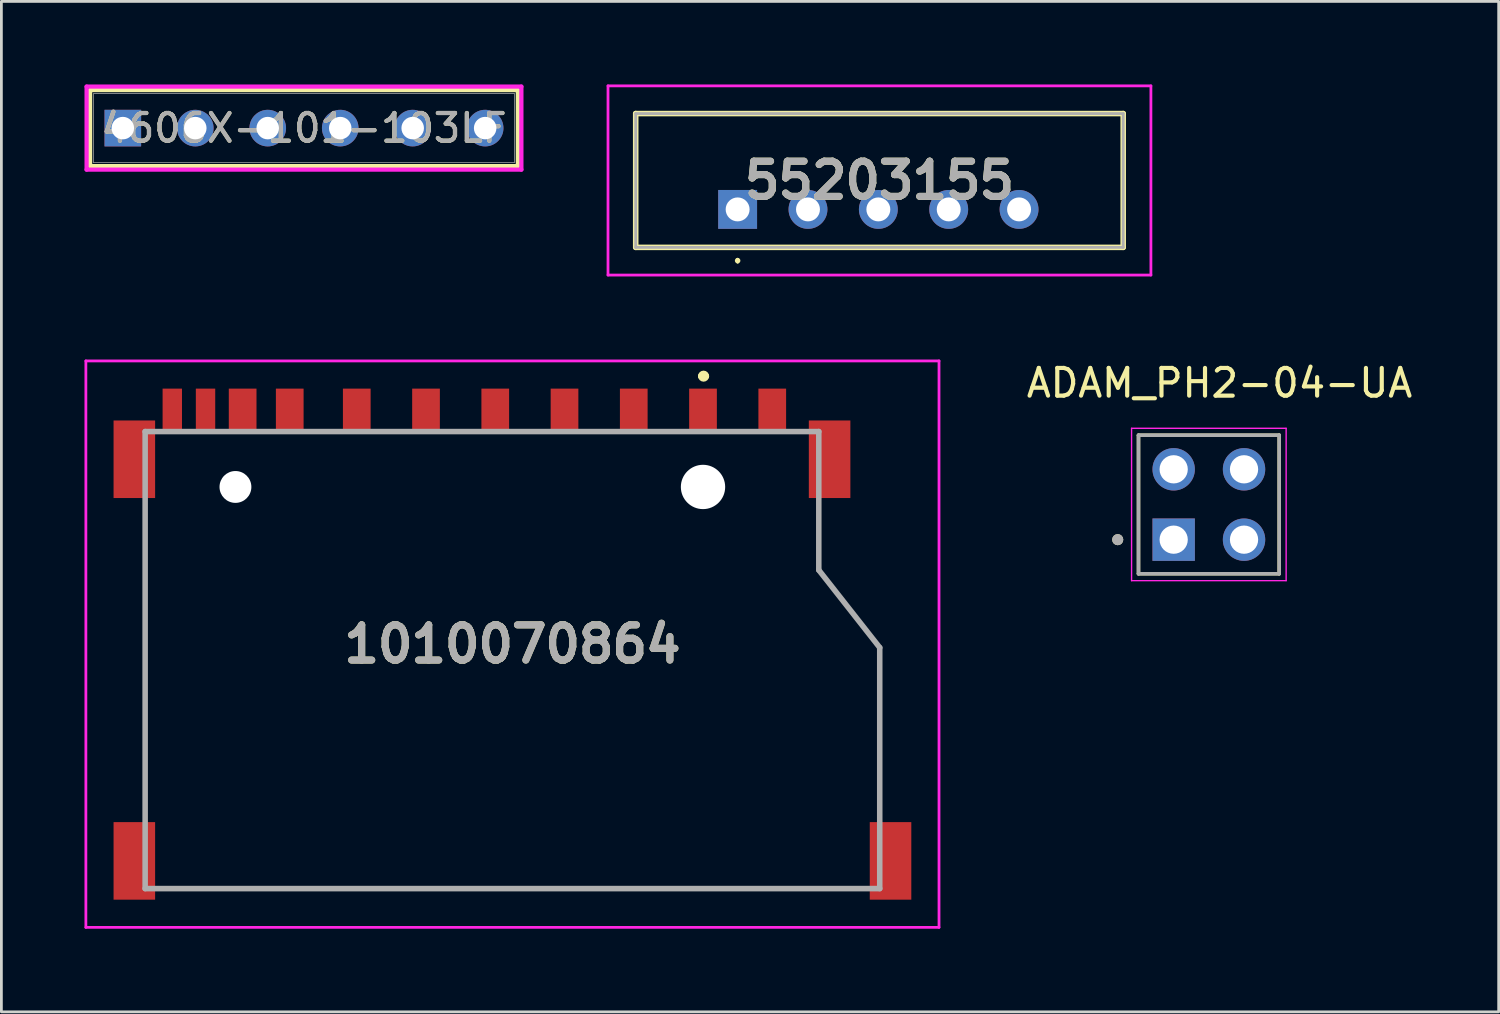
<source format=kicad_pcb>
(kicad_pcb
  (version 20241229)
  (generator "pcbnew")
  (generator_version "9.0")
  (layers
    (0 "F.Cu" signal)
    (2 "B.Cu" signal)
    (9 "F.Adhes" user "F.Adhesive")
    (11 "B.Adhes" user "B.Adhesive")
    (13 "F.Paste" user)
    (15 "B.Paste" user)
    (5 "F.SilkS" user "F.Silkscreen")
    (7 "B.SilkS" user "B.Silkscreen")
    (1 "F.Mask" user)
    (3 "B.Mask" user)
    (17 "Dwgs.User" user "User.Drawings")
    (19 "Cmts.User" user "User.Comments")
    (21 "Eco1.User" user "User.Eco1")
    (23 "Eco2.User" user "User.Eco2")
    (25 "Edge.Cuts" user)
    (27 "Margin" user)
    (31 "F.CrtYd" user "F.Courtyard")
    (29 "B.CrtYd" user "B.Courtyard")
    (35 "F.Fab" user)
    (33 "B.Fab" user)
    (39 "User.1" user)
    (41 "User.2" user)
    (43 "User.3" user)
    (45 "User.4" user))
  (footprint "1010070864"
    (layer "F.Cu")
    (at 14.35 29.03)
    (property "Reference" "1010070864" (at 1.1 -8.825 0) (layer "F.SilkS") (effects (font (size 1.27 1.27) (thickness 0.254))))
    (attr through_hole)
    (fp_line (start -12.16 -3) (end -12.16 -13.5) (stroke (width 0.1) (type solid)) (layer "F.SilkS"))
    (fp_line (start -11.5 0) (end 13.5 0) (stroke (width 0.1) (type solid)) (layer "F.SilkS"))
    (fp_line (start 7.9 -18.5) (end 7.9 -18.5) (stroke (width 0.2) (type solid)) (layer "F.SilkS"))
    (fp_line (start 8.1 -18.5) (end 8.1 -18.5) (stroke (width 0.2) (type solid)) (layer "F.SilkS"))
    (fp_line (start 12.16 -13.5) (end 12.16 -11.5) (stroke (width 0.1) (type solid)) (layer "F.SilkS"))
    (fp_line (start 12.16 -11.5) (end 14.36 -8.7) (stroke (width 0.1) (type solid)) (layer "F.SilkS"))
    (fp_line (start 14.36 -8.7) (end 14.36 -3) (stroke (width 0.1) (type solid)) (layer "F.SilkS"))
    (fp_arc (start 7.9 -18.5) (mid 8 -18.6) (end 8.1 -18.5) (stroke (width 0.2) (type solid)) (layer "F.SilkS"))
    (fp_arc (start 8.1 -18.5) (mid 8 -18.4) (end 7.9 -18.5) (stroke (width 0.2) (type solid)) (layer "F.SilkS"))
    (fp_line (start -14.3 -19.05) (end 16.5 -19.05) (stroke (width 0.1) (type solid)) (layer "F.CrtYd"))
    (fp_line (start -14.3 1.4) (end -14.3 -19.05) (stroke (width 0.1) (type solid)) (layer "F.CrtYd"))
    (fp_line (start 16.5 -19.05) (end 16.5 1.4) (stroke (width 0.1) (type solid)) (layer "F.CrtYd"))
    (fp_line (start 16.5 1.4) (end -14.3 1.4) (stroke (width 0.1) (type solid)) (layer "F.CrtYd"))
    (fp_line (start -12.16 -16.5) (end 12.16 -16.5) (stroke (width 0.2) (type solid)) (layer "F.Fab"))
    (fp_line (start -12.16 0) (end -12.16 -16.5) (stroke (width 0.2) (type solid)) (layer "F.Fab"))
    (fp_line (start 12.16 -16.5) (end 12.16 -11.5) (stroke (width 0.2) (type solid)) (layer "F.Fab"))
    (fp_line (start 12.16 -11.5) (end 14.36 -8.7) (stroke (width 0.2) (type solid)) (layer "F.Fab"))
    (fp_line (start 14.36 -8.7) (end 14.36 0) (stroke (width 0.2) (type solid)) (layer "F.Fab"))
    (fp_line (start 14.36 0) (end -12.16 0) (stroke (width 0.2) (type solid)) (layer "F.Fab"))
    (fp_text user "${REFERENCE}" (at 1.1 -8.825 0) (layer "F.Fab") (effects (font (size 1.27 1.27) (thickness 0.254))))
    (pad "" np_thru_hole circle (at -8.9 -14.5) (size 1.15 1.15) (drill 1.15) (layers "*.Cu" "*.Mask"))
    (pad "" np_thru_hole circle (at 7.98 -14.5) (size 1.6 1.6) (drill 1.6) (layers "*.Cu" "*.Mask"))
    (pad "1" smd rect (at 7.98 -17.3) (size 1 1.5) (layers "F.Cu" "F.Mask" "F.Paste"))
    (pad "2" smd rect (at 5.48 -17.3) (size 1 1.5) (layers "F.Cu" "F.Mask" "F.Paste"))
    (pad "3" smd rect (at 2.98 -17.3) (size 1 1.5) (layers "F.Cu" "F.Mask" "F.Paste"))
    (pad "4" smd rect (at 0.48 -17.3) (size 1 1.5) (layers "F.Cu" "F.Mask" "F.Paste"))
    (pad "5" smd rect (at -2.02 -17.3) (size 1 1.5) (layers "F.Cu" "F.Mask" "F.Paste"))
    (pad "6" smd rect (at -4.52 -17.3) (size 1 1.5) (layers "F.Cu" "F.Mask" "F.Paste"))
    (pad "7" smd rect (at -6.94 -17.3) (size 1 1.5) (layers "F.Cu" "F.Mask" "F.Paste"))
    (pad "8" smd rect (at -8.64 -17.3) (size 1 1.5) (layers "F.Cu" "F.Mask" "F.Paste"))
    (pad "9" smd rect (at 10.48 -17.3) (size 1 1.5) (layers "F.Cu" "F.Mask" "F.Paste"))
    (pad "10" smd rect (at -9.98 -17.3) (size 0.7 1.5) (layers "F.Cu" "F.Mask" "F.Paste"))
    (pad "11" smd rect (at -11.18 -17.3) (size 0.7 1.5) (layers "F.Cu" "F.Mask" "F.Paste"))
    (pad "12" smd rect (at 12.55 -15.5) (size 1.5 2.8) (layers "F.Cu" "F.Mask" "F.Paste"))
    (pad "13" smd rect (at -12.55 -15.5) (size 1.5 2.8) (layers "F.Cu" "F.Mask" "F.Paste"))
    (pad "14" smd rect (at 14.75 -1) (size 1.5 2.8) (layers "F.Cu" "F.Mask" "F.Paste"))
    (pad "15" smd rect (at -12.55 -1) (size 1.5 2.8) (layers "F.Cu" "F.Mask" "F.Paste")))
  (footprint "4606X-101-103LF"
    (layer "F.Cu")
    (at 1.384 1.575)
    (property "Reference" "4606X-101-103LF" (at 6.54 0 0) (unlocked yes) (layer "F.SilkS") (effects (font (size 1 1) (thickness 0.15))))
    (attr through_hole)
    (fp_line (start -1.181 -1.372) (end -1.181 1.372) (stroke (width 0.152) (type solid)) (layer "F.SilkS"))
    (fp_line (start 14.262 -1.372) (end -1.181 -1.372) (stroke (width 0.152) (type solid)) (layer "F.SilkS"))
    (fp_line (start 14.262 -1.372) (end 14.262 1.372) (stroke (width 0.152) (type solid)) (layer "F.SilkS"))
    (fp_line (start 14.262 1.372) (end -1.181 1.372) (stroke (width 0.152) (type solid)) (layer "F.SilkS"))
    (fp_line (start -1.308 -1.499) (end -1.308 1.499) (stroke (width 0.152) (type solid)) (layer "F.CrtYd"))
    (fp_line (start -1.308 1.499) (end 14.389 1.499) (stroke (width 0.152) (type solid)) (layer "F.CrtYd"))
    (fp_line (start 14.389 -1.499) (end -1.308 -1.499) (stroke (width 0.152) (type solid)) (layer "F.CrtYd"))
    (fp_line (start 14.389 1.499) (end 14.389 -1.499) (stroke (width 0.152) (type solid)) (layer "F.CrtYd"))
    (fp_line (start -1.054 -1.245) (end -1.054 1.245) (stroke (width 0.025) (type solid)) (layer "F.Fab"))
    (fp_line (start 14.135 -1.245) (end -1.054 -1.245) (stroke (width 0.025) (type solid)) (layer "F.Fab"))
    (fp_line (start 14.135 -1.245) (end 14.135 1.245) (stroke (width 0.025) (type solid)) (layer "F.Fab"))
    (fp_line (start 14.135 1.245) (end -1.054 1.245) (stroke (width 0.025) (type solid)) (layer "F.Fab"))
    (fp_text user "${REFERENCE}" (at 6.54 0 0) (unlocked yes) (layer "F.Fab") (effects (font (size 1 1) (thickness 0.15))))
    (pad "1" thru_hole rect (at 0 0) (size 1.321 1.321) (drill 0.813) (layers "*.Cu" "*.Mask"))
    (pad "2" thru_hole circle (at 2.616 0) (size 1.321 1.321) (drill 0.813) (layers "*.Cu" "*.Mask"))
    (pad "3" thru_hole circle (at 5.232 0) (size 1.321 1.321) (drill 0.813) (layers "*.Cu" "*.Mask"))
    (pad "4" thru_hole circle (at 7.849 0) (size 1.321 1.321) (drill 0.813) (layers "*.Cu" "*.Mask"))
    (pad "5" thru_hole circle (at 10.465 0) (size 1.321 1.321) (drill 0.813) (layers "*.Cu" "*.Mask"))
    (pad "6" thru_hole circle (at 13.081 0) (size 1.321 1.321) (drill 0.813) (layers "*.Cu" "*.Mask")))
  (footprint "ADAM_PH2-04-UA"
    (layer "F.Cu")
    (at 40.592 15.163)
    (property "Reference" "ADAM_PH2-04-UA" (at 0.385 -4.385 0) (layer "F.SilkS") (effects (font (size 1 1) (thickness 0.15))))
    (attr through_hole)
    (fp_line (start -2.54 -2.5) (end -2.54 2.5) (stroke (width 0.127) (type solid)) (layer "F.SilkS"))
    (fp_line (start -2.54 2.5) (end 2.54 2.5) (stroke (width 0.127) (type solid)) (layer "F.SilkS"))
    (fp_line (start 2.54 -2.5) (end -2.54 -2.5) (stroke (width 0.127) (type solid)) (layer "F.SilkS"))
    (fp_line (start 2.54 2.5) (end 2.54 -2.5) (stroke (width 0.127) (type solid)) (layer "F.SilkS"))
    (fp_circle (center -3.29 1.27) (end -3.19 1.27) (stroke (width 0.2) (type solid)) (fill no) (layer "F.SilkS"))
    (fp_line (start -2.79 -2.75) (end -2.79 2.75) (stroke (width 0.05) (type solid)) (layer "F.CrtYd"))
    (fp_line (start -2.79 2.75) (end 2.79 2.75) (stroke (width 0.05) (type solid)) (layer "F.CrtYd"))
    (fp_line (start 2.79 -2.75) (end -2.79 -2.75) (stroke (width 0.05) (type solid)) (layer "F.CrtYd"))
    (fp_line (start 2.79 2.75) (end 2.79 -2.75) (stroke (width 0.05) (type solid)) (layer "F.CrtYd"))
    (fp_line (start -2.54 -2.5) (end -2.54 2.5) (stroke (width 0.127) (type solid)) (layer "F.Fab"))
    (fp_line (start -2.54 2.5) (end 2.54 2.5) (stroke (width 0.127) (type solid)) (layer "F.Fab"))
    (fp_line (start 2.54 -2.5) (end -2.54 -2.5) (stroke (width 0.127) (type solid)) (layer "F.Fab"))
    (fp_line (start 2.54 2.5) (end 2.54 -2.5) (stroke (width 0.127) (type solid)) (layer "F.Fab"))
    (fp_circle (center -3.29 1.27) (end -3.19 1.27) (stroke (width 0.2) (type solid)) (fill no) (layer "F.Fab"))
    (pad "1" thru_hole rect (at -1.27 1.27) (size 1.53 1.53) (drill 1.02) (layers "*.Cu" "*.Mask"))
    (pad "2" thru_hole circle (at -1.27 -1.27) (size 1.53 1.53) (drill 1.02) (layers "*.Cu" "*.Mask"))
    (pad "3" thru_hole circle (at 1.27 1.27) (size 1.53 1.53) (drill 1.02) (layers "*.Cu" "*.Mask"))
    (pad "4" thru_hole circle (at 1.27 -1.27) (size 1.53 1.53) (drill 1.02) (layers "*.Cu" "*.Mask")))
  (footprint "55203155"
    (layer "F.Cu")
    (at 23.58 4.51)
    (property "Reference" "55203155" (at 5.12 -1.045 0) (layer "F.SilkS") (effects (font (size 1.27 1.27) (thickness 0.254))))
    (attr through_hole)
    (fp_line (start -3.68 -3.46) (end 13.92 -3.46) (stroke (width 0.2) (type solid)) (layer "F.SilkS"))
    (fp_line (start -3.68 1.37) (end -3.68 -3.46) (stroke (width 0.2) (type solid)) (layer "F.SilkS"))
    (fp_line (start 0 1.8) (end 0 1.8) (stroke (width 0.1) (type solid)) (layer "F.SilkS"))
    (fp_line (start 0 1.9) (end 0 1.9) (stroke (width 0.1) (type solid)) (layer "F.SilkS"))
    (fp_line (start 13.92 -3.46) (end 13.92 1.37) (stroke (width 0.2) (type solid)) (layer "F.SilkS"))
    (fp_line (start 13.92 1.37) (end -3.68 1.37) (stroke (width 0.2) (type solid)) (layer "F.SilkS"))
    (fp_arc (start 0 1.8) (mid 0.05 1.85) (end 0 1.9) (stroke (width 0.1) (type solid)) (layer "F.SilkS"))
    (fp_arc (start 0 1.9) (mid -0.05 1.85) (end 0 1.8) (stroke (width 0.1) (type solid)) (layer "F.SilkS"))
    (fp_line (start -4.68 -4.46) (end 14.92 -4.46) (stroke (width 0.1) (type solid)) (layer "F.CrtYd"))
    (fp_line (start -4.68 2.37) (end -4.68 -4.46) (stroke (width 0.1) (type solid)) (layer "F.CrtYd"))
    (fp_line (start 14.92 -4.46) (end 14.92 2.37) (stroke (width 0.1) (type solid)) (layer "F.CrtYd"))
    (fp_line (start 14.92 2.37) (end -4.68 2.37) (stroke (width 0.1) (type solid)) (layer "F.CrtYd"))
    (fp_line (start -3.68 -3.46) (end -3.68 1.37) (stroke (width 0.1) (type solid)) (layer "F.Fab"))
    (fp_line (start -3.68 1.37) (end 13.92 1.37) (stroke (width 0.1) (type solid)) (layer "F.Fab"))
    (fp_line (start 13.92 -3.46) (end -3.68 -3.46) (stroke (width 0.1) (type solid)) (layer "F.Fab"))
    (fp_line (start 13.92 1.37) (end 13.92 -3.46) (stroke (width 0.1) (type solid)) (layer "F.Fab"))
    (fp_text user "${REFERENCE}" (at 5.12 -1.045 0) (layer "F.Fab") (effects (font (size 1.27 1.27) (thickness 0.254))))
    (pad "1" thru_hole rect (at 0 0) (size 1.403 1.403) (drill 0.864) (layers "*.Cu" "*.Mask"))
    (pad "2" thru_hole circle (at 2.54 0) (size 1.403 1.403) (drill 0.864) (layers "*.Cu" "*.Mask"))
    (pad "3" thru_hole circle (at 5.08 0) (size 1.403 1.403) (drill 0.864) (layers "*.Cu" "*.Mask"))
    (pad "4" thru_hole circle (at 7.62 0) (size 1.403 1.403) (drill 0.864) (layers "*.Cu" "*.Mask"))
    (pad "5" thru_hole circle (at 10.16 0) (size 1.403 1.403) (drill 0.864) (layers "*.Cu" "*.Mask")))
  (gr_rect
    (start -3 -3)
    (end 51.055 33.48)
    (stroke (width 0.1) (type default))
    (fill no)
    (layer "Edge.Cuts")))
</source>
